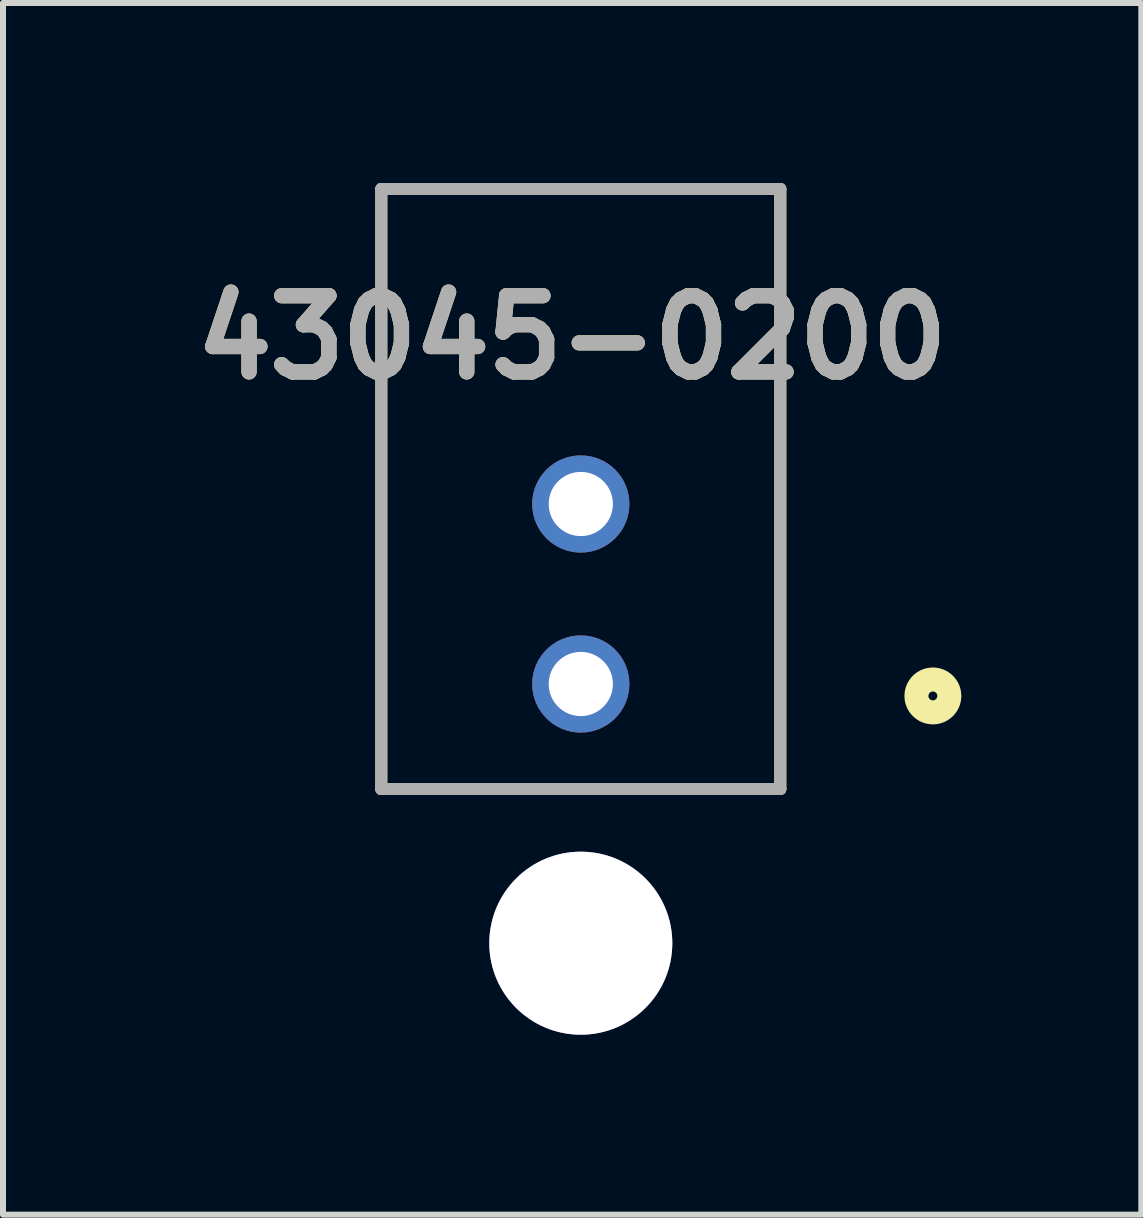
<source format=kicad_pcb>
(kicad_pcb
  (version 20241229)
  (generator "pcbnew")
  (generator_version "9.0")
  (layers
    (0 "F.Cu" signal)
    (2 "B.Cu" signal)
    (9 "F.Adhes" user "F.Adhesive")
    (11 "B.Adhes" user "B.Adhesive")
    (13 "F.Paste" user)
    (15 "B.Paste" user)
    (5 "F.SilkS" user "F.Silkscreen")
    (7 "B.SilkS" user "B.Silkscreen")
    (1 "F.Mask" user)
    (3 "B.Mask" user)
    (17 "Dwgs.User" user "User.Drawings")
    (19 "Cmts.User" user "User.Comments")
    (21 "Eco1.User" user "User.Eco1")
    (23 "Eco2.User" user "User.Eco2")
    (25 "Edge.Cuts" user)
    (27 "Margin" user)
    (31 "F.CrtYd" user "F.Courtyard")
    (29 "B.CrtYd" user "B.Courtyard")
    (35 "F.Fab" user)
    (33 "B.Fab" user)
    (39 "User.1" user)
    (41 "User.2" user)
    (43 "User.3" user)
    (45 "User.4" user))
  (footprint "43045-0200"
    (layer "F.Cu")
    (at 6.63 12.67)
    (property "Reference" "43045-0200" (at -0.147 -10.096 0) (layer "F.SilkS") (effects (font (size 1.27 1.27) (thickness 0.254))))
    (attr through_hole)
    (fp_line (start -3.325 -12.57) (end -3.325 -2.57) (stroke (width 0.2) (type solid)) (layer "F.SilkS"))
    (fp_line (start -3.325 -2.57) (end 3.325 -2.57) (stroke (width 0.2) (type solid)) (layer "F.SilkS"))
    (fp_line (start 3.325 -12.57) (end -3.325 -12.57) (stroke (width 0.2) (type solid)) (layer "F.SilkS"))
    (fp_line (start 3.325 -2.57) (end 3.325 -12.57) (stroke (width 0.2) (type solid)) (layer "F.SilkS"))
    (fp_circle (center 5.868 -4.121) (end 5.868 -3.847) (stroke (width 0.4) (type solid)) (fill no) (layer "F.SilkS"))
    (fp_line (start -3.325 -12.57) (end -3.325 -2.57) (stroke (width 0.2) (type solid)) (layer "F.Fab"))
    (fp_line (start -3.325 -2.57) (end 3.325 -2.57) (stroke (width 0.2) (type solid)) (layer "F.Fab"))
    (fp_line (start 3.325 -12.57) (end -3.325 -12.57) (stroke (width 0.2) (type solid)) (layer "F.Fab"))
    (fp_line (start 3.325 -2.57) (end 3.325 -12.57) (stroke (width 0.2) (type solid)) (layer "F.Fab"))
    (fp_text user "${REFERENCE}" (at -0.147 -10.096 0) (layer "F.Fab") (effects (font (size 1.27 1.27) (thickness 0.254))))
    (pad "1" thru_hole circle (at 0 -4.32) (size 1.62 1.62) (drill 1.07) (layers "*.Cu" "*.Mask"))
    (pad "2" thru_hole circle (at 0 -7.32) (size 1.62 1.62) (drill 1.07) (layers "*.Cu" "*.Mask"))
    (pad "3" thru_hole circle (at 0 0) (size 3.05 3.05) (drill 3.05) (layers "*.Cu" "*.Mask")))
  (gr_rect
    (start -3 -3)
    (end 15.972 17.195)
    (stroke (width 0.1) (type default))
    (fill no)
    (layer "Edge.Cuts")))
</source>
